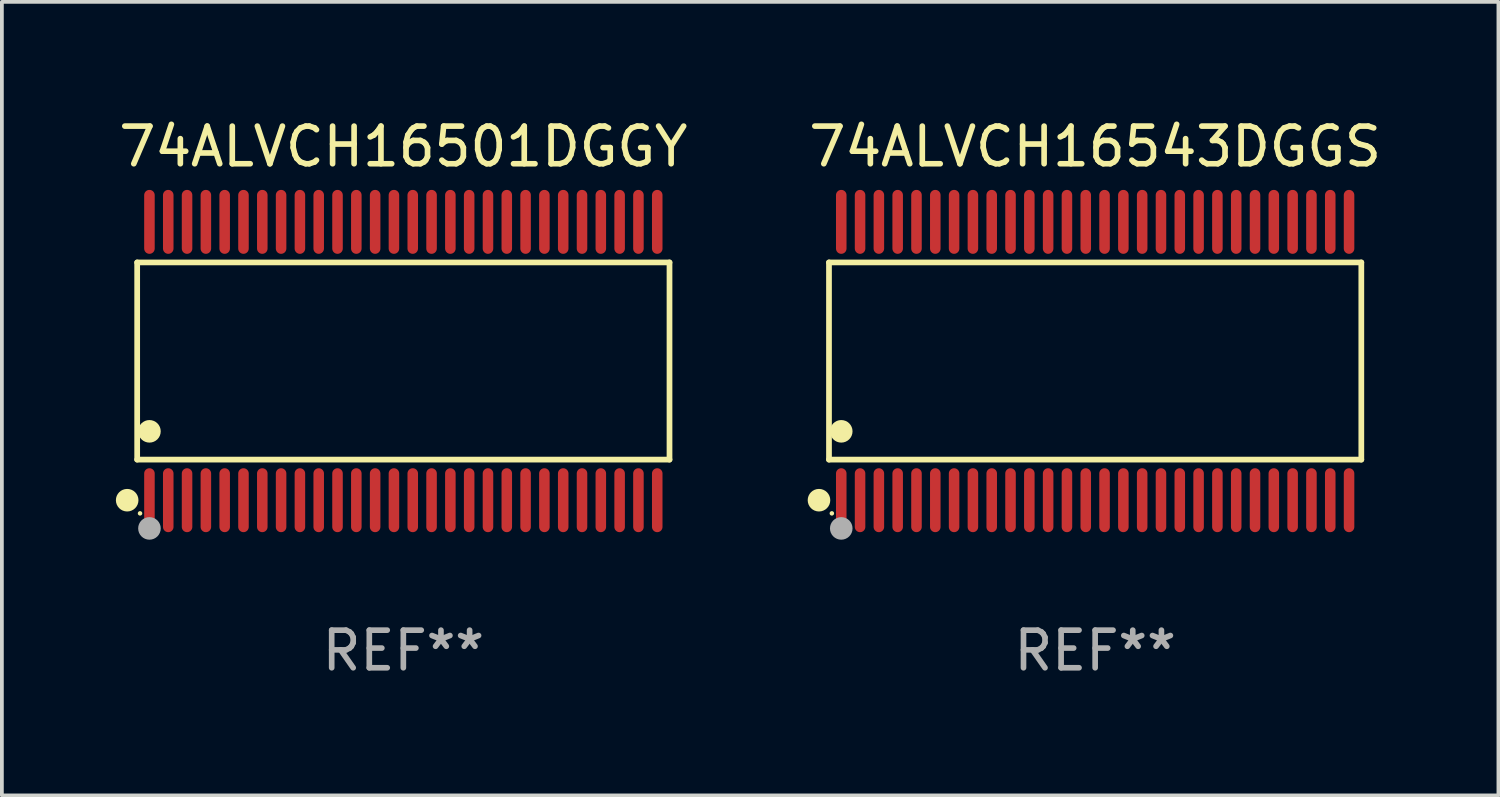
<source format=kicad_pcb>
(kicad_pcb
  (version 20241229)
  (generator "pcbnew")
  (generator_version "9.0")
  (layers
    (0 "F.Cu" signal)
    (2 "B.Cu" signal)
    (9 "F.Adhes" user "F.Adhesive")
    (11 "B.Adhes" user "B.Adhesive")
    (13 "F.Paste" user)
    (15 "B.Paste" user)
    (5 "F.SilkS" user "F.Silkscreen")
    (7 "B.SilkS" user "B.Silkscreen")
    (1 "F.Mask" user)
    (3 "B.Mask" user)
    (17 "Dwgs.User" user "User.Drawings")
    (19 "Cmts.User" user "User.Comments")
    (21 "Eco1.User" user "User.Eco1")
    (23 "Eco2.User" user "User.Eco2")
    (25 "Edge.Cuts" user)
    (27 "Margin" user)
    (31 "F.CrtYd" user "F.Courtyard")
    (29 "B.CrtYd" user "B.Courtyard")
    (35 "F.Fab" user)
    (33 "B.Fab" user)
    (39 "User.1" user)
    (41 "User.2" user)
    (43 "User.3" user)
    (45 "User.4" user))
  (footprint "74ALVCH16543DGGS"
    (layer "F.Cu")
    (at 26.065 6.548)
    (property "Reference" "74ALVCH16543DGGS" (at 0 -5.7 0) (layer "F.SilkS") (effects (font (size 1 1) (thickness 0.15))))
    (attr through_hole)
    (fp_line (start -7.076 -2.621) (end 7.076 -2.621) (stroke (width 0.152) (type solid)) (layer "F.SilkS"))
    (fp_line (start -7.076 2.621) (end -7.076 -2.621) (stroke (width 0.152) (type solid)) (layer "F.SilkS"))
    (fp_line (start 7.076 -2.621) (end 7.076 2.621) (stroke (width 0.152) (type solid)) (layer "F.SilkS"))
    (fp_line (start 7.076 2.621) (end -7.076 2.621) (stroke (width 0.152) (type solid)) (layer "F.SilkS"))
    (fp_circle (center -7.342 3.7) (end -7.192 3.7) (stroke (width 0.3) (type solid)) (fill no) (layer "F.SilkS"))
    (fp_circle (center -7 4.05) (end -6.97 4.05) (stroke (width 0.06) (type solid)) (fill no) (layer "F.SilkS"))
    (fp_circle (center -6.75 1.869) (end -6.6 1.869) (stroke (width 0.3) (type solid)) (fill no) (layer "F.SilkS"))
    (fp_circle (center -6.75 4.45) (end -6.6 4.45) (stroke (width 0.3) (type solid)) (fill no) (layer "F.Fab"))
    (fp_text user "REF**" (at 0 7.7 0) (layer "F.Fab") (effects (font (size 1 1) (thickness 0.15))))
    (pad "1" smd oval (at -6.75 3.7) (size 0.28 1.7) (layers "F.Cu" "F.Mask" "F.Paste"))
    (pad "2" smd oval (at -6.25 3.7) (size 0.28 1.7) (layers "F.Cu" "F.Mask" "F.Paste"))
    (pad "3" smd oval (at -5.75 3.7) (size 0.28 1.7) (layers "F.Cu" "F.Mask" "F.Paste"))
    (pad "4" smd oval (at -5.25 3.7) (size 0.28 1.7) (layers "F.Cu" "F.Mask" "F.Paste"))
    (pad "5" smd oval (at -4.75 3.7) (size 0.28 1.7) (layers "F.Cu" "F.Mask" "F.Paste"))
    (pad "6" smd oval (at -4.25 3.7) (size 0.28 1.7) (layers "F.Cu" "F.Mask" "F.Paste"))
    (pad "7" smd oval (at -3.75 3.7) (size 0.28 1.7) (layers "F.Cu" "F.Mask" "F.Paste"))
    (pad "8" smd oval (at -3.25 3.7) (size 0.28 1.7) (layers "F.Cu" "F.Mask" "F.Paste"))
    (pad "9" smd oval (at -2.75 3.7) (size 0.28 1.7) (layers "F.Cu" "F.Mask" "F.Paste"))
    (pad "10" smd oval (at -2.25 3.7) (size 0.28 1.7) (layers "F.Cu" "F.Mask" "F.Paste"))
    (pad "11" smd oval (at -1.75 3.7) (size 0.28 1.7) (layers "F.Cu" "F.Mask" "F.Paste"))
    (pad "12" smd oval (at -1.25 3.7) (size 0.28 1.7) (layers "F.Cu" "F.Mask" "F.Paste"))
    (pad "13" smd oval (at -0.75 3.7) (size 0.28 1.7) (layers "F.Cu" "F.Mask" "F.Paste"))
    (pad "14" smd oval (at -0.25 3.7) (size 0.28 1.7) (layers "F.Cu" "F.Mask" "F.Paste"))
    (pad "15" smd oval (at 0.25 3.7) (size 0.28 1.7) (layers "F.Cu" "F.Mask" "F.Paste"))
    (pad "16" smd oval (at 0.75 3.7) (size 0.28 1.7) (layers "F.Cu" "F.Mask" "F.Paste"))
    (pad "17" smd oval (at 1.25 3.7) (size 0.28 1.7) (layers "F.Cu" "F.Mask" "F.Paste"))
    (pad "18" smd oval (at 1.75 3.7) (size 0.28 1.7) (layers "F.Cu" "F.Mask" "F.Paste"))
    (pad "19" smd oval (at 2.25 3.7) (size 0.28 1.7) (layers "F.Cu" "F.Mask" "F.Paste"))
    (pad "20" smd oval (at 2.75 3.7) (size 0.28 1.7) (layers "F.Cu" "F.Mask" "F.Paste"))
    (pad "21" smd oval (at 3.25 3.7) (size 0.28 1.7) (layers "F.Cu" "F.Mask" "F.Paste"))
    (pad "22" smd oval (at 3.75 3.7) (size 0.28 1.7) (layers "F.Cu" "F.Mask" "F.Paste"))
    (pad "23" smd oval (at 4.25 3.7) (size 0.28 1.7) (layers "F.Cu" "F.Mask" "F.Paste"))
    (pad "24" smd oval (at 4.75 3.7) (size 0.28 1.7) (layers "F.Cu" "F.Mask" "F.Paste"))
    (pad "25" smd oval (at 5.25 3.7) (size 0.28 1.7) (layers "F.Cu" "F.Mask" "F.Paste"))
    (pad "26" smd oval (at 5.75 3.7) (size 0.28 1.7) (layers "F.Cu" "F.Mask" "F.Paste"))
    (pad "27" smd oval (at 6.25 3.7) (size 0.28 1.7) (layers "F.Cu" "F.Mask" "F.Paste"))
    (pad "28" smd oval (at 6.75 3.7) (size 0.28 1.7) (layers "F.Cu" "F.Mask" "F.Paste"))
    (pad "29" smd oval (at 6.75 -3.7) (size 0.28 1.7) (layers "F.Cu" "F.Mask" "F.Paste"))
    (pad "30" smd oval (at 6.25 -3.7) (size 0.28 1.7) (layers "F.Cu" "F.Mask" "F.Paste"))
    (pad "31" smd oval (at 5.75 -3.7) (size 0.28 1.7) (layers "F.Cu" "F.Mask" "F.Paste"))
    (pad "32" smd oval (at 5.25 -3.7) (size 0.28 1.7) (layers "F.Cu" "F.Mask" "F.Paste"))
    (pad "33" smd oval (at 4.75 -3.7) (size 0.28 1.7) (layers "F.Cu" "F.Mask" "F.Paste"))
    (pad "34" smd oval (at 4.25 -3.7) (size 0.28 1.7) (layers "F.Cu" "F.Mask" "F.Paste"))
    (pad "35" smd oval (at 3.75 -3.7) (size 0.28 1.7) (layers "F.Cu" "F.Mask" "F.Paste"))
    (pad "36" smd oval (at 3.25 -3.7) (size 0.28 1.7) (layers "F.Cu" "F.Mask" "F.Paste"))
    (pad "37" smd oval (at 2.75 -3.7) (size 0.28 1.7) (layers "F.Cu" "F.Mask" "F.Paste"))
    (pad "38" smd oval (at 2.25 -3.7) (size 0.28 1.7) (layers "F.Cu" "F.Mask" "F.Paste"))
    (pad "39" smd oval (at 1.75 -3.7) (size 0.28 1.7) (layers "F.Cu" "F.Mask" "F.Paste"))
    (pad "40" smd oval (at 1.25 -3.7) (size 0.28 1.7) (layers "F.Cu" "F.Mask" "F.Paste"))
    (pad "41" smd oval (at 0.75 -3.7) (size 0.28 1.7) (layers "F.Cu" "F.Mask" "F.Paste"))
    (pad "42" smd oval (at 0.25 -3.7) (size 0.28 1.7) (layers "F.Cu" "F.Mask" "F.Paste"))
    (pad "43" smd oval (at -0.25 -3.7) (size 0.28 1.7) (layers "F.Cu" "F.Mask" "F.Paste"))
    (pad "44" smd oval (at -0.75 -3.7) (size 0.28 1.7) (layers "F.Cu" "F.Mask" "F.Paste"))
    (pad "45" smd oval (at -1.25 -3.7) (size 0.28 1.7) (layers "F.Cu" "F.Mask" "F.Paste"))
    (pad "46" smd oval (at -1.75 -3.7) (size 0.28 1.7) (layers "F.Cu" "F.Mask" "F.Paste"))
    (pad "47" smd oval (at -2.25 -3.7) (size 0.28 1.7) (layers "F.Cu" "F.Mask" "F.Paste"))
    (pad "48" smd oval (at -2.75 -3.7) (size 0.28 1.7) (layers "F.Cu" "F.Mask" "F.Paste"))
    (pad "49" smd oval (at -3.25 -3.7) (size 0.28 1.7) (layers "F.Cu" "F.Mask" "F.Paste"))
    (pad "50" smd oval (at -3.75 -3.7) (size 0.28 1.7) (layers "F.Cu" "F.Mask" "F.Paste"))
    (pad "51" smd oval (at -4.25 -3.7) (size 0.28 1.7) (layers "F.Cu" "F.Mask" "F.Paste"))
    (pad "52" smd oval (at -4.75 -3.7) (size 0.28 1.7) (layers "F.Cu" "F.Mask" "F.Paste"))
    (pad "53" smd oval (at -5.25 -3.7) (size 0.28 1.7) (layers "F.Cu" "F.Mask" "F.Paste"))
    (pad "54" smd oval (at -5.75 -3.7) (size 0.28 1.7) (layers "F.Cu" "F.Mask" "F.Paste"))
    (pad "55" smd oval (at -6.25 -3.7) (size 0.28 1.7) (layers "F.Cu" "F.Mask" "F.Paste"))
    (pad "56" smd oval (at -6.75 -3.7) (size 0.28 1.7) (layers "F.Cu" "F.Mask" "F.Paste")))
  (footprint "74ALVCH16501DGGY"
    (layer "F.Cu")
    (at 7.673 6.548)
    (property "Reference" "74ALVCH16501DGGY" (at 0 -5.7 0) (layer "F.SilkS") (effects (font (size 1 1) (thickness 0.15))))
    (attr through_hole)
    (fp_line (start -7.076 -2.621) (end 7.076 -2.621) (stroke (width 0.152) (type solid)) (layer "F.SilkS"))
    (fp_line (start -7.076 2.621) (end -7.076 -2.621) (stroke (width 0.152) (type solid)) (layer "F.SilkS"))
    (fp_line (start 7.076 -2.621) (end 7.076 2.621) (stroke (width 0.152) (type solid)) (layer "F.SilkS"))
    (fp_line (start 7.076 2.621) (end -7.076 2.621) (stroke (width 0.152) (type solid)) (layer "F.SilkS"))
    (fp_circle (center -7.342 3.7) (end -7.192 3.7) (stroke (width 0.3) (type solid)) (fill no) (layer "F.SilkS"))
    (fp_circle (center -7 4.05) (end -6.97 4.05) (stroke (width 0.06) (type solid)) (fill no) (layer "F.SilkS"))
    (fp_circle (center -6.75 1.869) (end -6.6 1.869) (stroke (width 0.3) (type solid)) (fill no) (layer "F.SilkS"))
    (fp_circle (center -6.75 4.45) (end -6.6 4.45) (stroke (width 0.3) (type solid)) (fill no) (layer "F.Fab"))
    (fp_text user "REF**" (at 0 7.7 0) (layer "F.Fab") (effects (font (size 1 1) (thickness 0.15))))
    (pad "1" smd oval (at -6.75 3.7) (size 0.28 1.7) (layers "F.Cu" "F.Mask" "F.Paste"))
    (pad "2" smd oval (at -6.25 3.7) (size 0.28 1.7) (layers "F.Cu" "F.Mask" "F.Paste"))
    (pad "3" smd oval (at -5.75 3.7) (size 0.28 1.7) (layers "F.Cu" "F.Mask" "F.Paste"))
    (pad "4" smd oval (at -5.25 3.7) (size 0.28 1.7) (layers "F.Cu" "F.Mask" "F.Paste"))
    (pad "5" smd oval (at -4.75 3.7) (size 0.28 1.7) (layers "F.Cu" "F.Mask" "F.Paste"))
    (pad "6" smd oval (at -4.25 3.7) (size 0.28 1.7) (layers "F.Cu" "F.Mask" "F.Paste"))
    (pad "7" smd oval (at -3.75 3.7) (size 0.28 1.7) (layers "F.Cu" "F.Mask" "F.Paste"))
    (pad "8" smd oval (at -3.25 3.7) (size 0.28 1.7) (layers "F.Cu" "F.Mask" "F.Paste"))
    (pad "9" smd oval (at -2.75 3.7) (size 0.28 1.7) (layers "F.Cu" "F.Mask" "F.Paste"))
    (pad "10" smd oval (at -2.25 3.7) (size 0.28 1.7) (layers "F.Cu" "F.Mask" "F.Paste"))
    (pad "11" smd oval (at -1.75 3.7) (size 0.28 1.7) (layers "F.Cu" "F.Mask" "F.Paste"))
    (pad "12" smd oval (at -1.25 3.7) (size 0.28 1.7) (layers "F.Cu" "F.Mask" "F.Paste"))
    (pad "13" smd oval (at -0.75 3.7) (size 0.28 1.7) (layers "F.Cu" "F.Mask" "F.Paste"))
    (pad "14" smd oval (at -0.25 3.7) (size 0.28 1.7) (layers "F.Cu" "F.Mask" "F.Paste"))
    (pad "15" smd oval (at 0.25 3.7) (size 0.28 1.7) (layers "F.Cu" "F.Mask" "F.Paste"))
    (pad "16" smd oval (at 0.75 3.7) (size 0.28 1.7) (layers "F.Cu" "F.Mask" "F.Paste"))
    (pad "17" smd oval (at 1.25 3.7) (size 0.28 1.7) (layers "F.Cu" "F.Mask" "F.Paste"))
    (pad "18" smd oval (at 1.75 3.7) (size 0.28 1.7) (layers "F.Cu" "F.Mask" "F.Paste"))
    (pad "19" smd oval (at 2.25 3.7) (size 0.28 1.7) (layers "F.Cu" "F.Mask" "F.Paste"))
    (pad "20" smd oval (at 2.75 3.7) (size 0.28 1.7) (layers "F.Cu" "F.Mask" "F.Paste"))
    (pad "21" smd oval (at 3.25 3.7) (size 0.28 1.7) (layers "F.Cu" "F.Mask" "F.Paste"))
    (pad "22" smd oval (at 3.75 3.7) (size 0.28 1.7) (layers "F.Cu" "F.Mask" "F.Paste"))
    (pad "23" smd oval (at 4.25 3.7) (size 0.28 1.7) (layers "F.Cu" "F.Mask" "F.Paste"))
    (pad "24" smd oval (at 4.75 3.7) (size 0.28 1.7) (layers "F.Cu" "F.Mask" "F.Paste"))
    (pad "25" smd oval (at 5.25 3.7) (size 0.28 1.7) (layers "F.Cu" "F.Mask" "F.Paste"))
    (pad "26" smd oval (at 5.75 3.7) (size 0.28 1.7) (layers "F.Cu" "F.Mask" "F.Paste"))
    (pad "27" smd oval (at 6.25 3.7) (size 0.28 1.7) (layers "F.Cu" "F.Mask" "F.Paste"))
    (pad "28" smd oval (at 6.75 3.7) (size 0.28 1.7) (layers "F.Cu" "F.Mask" "F.Paste"))
    (pad "29" smd oval (at 6.75 -3.7) (size 0.28 1.7) (layers "F.Cu" "F.Mask" "F.Paste"))
    (pad "30" smd oval (at 6.25 -3.7) (size 0.28 1.7) (layers "F.Cu" "F.Mask" "F.Paste"))
    (pad "31" smd oval (at 5.75 -3.7) (size 0.28 1.7) (layers "F.Cu" "F.Mask" "F.Paste"))
    (pad "32" smd oval (at 5.25 -3.7) (size 0.28 1.7) (layers "F.Cu" "F.Mask" "F.Paste"))
    (pad "33" smd oval (at 4.75 -3.7) (size 0.28 1.7) (layers "F.Cu" "F.Mask" "F.Paste"))
    (pad "34" smd oval (at 4.25 -3.7) (size 0.28 1.7) (layers "F.Cu" "F.Mask" "F.Paste"))
    (pad "35" smd oval (at 3.75 -3.7) (size 0.28 1.7) (layers "F.Cu" "F.Mask" "F.Paste"))
    (pad "36" smd oval (at 3.25 -3.7) (size 0.28 1.7) (layers "F.Cu" "F.Mask" "F.Paste"))
    (pad "37" smd oval (at 2.75 -3.7) (size 0.28 1.7) (layers "F.Cu" "F.Mask" "F.Paste"))
    (pad "38" smd oval (at 2.25 -3.7) (size 0.28 1.7) (layers "F.Cu" "F.Mask" "F.Paste"))
    (pad "39" smd oval (at 1.75 -3.7) (size 0.28 1.7) (layers "F.Cu" "F.Mask" "F.Paste"))
    (pad "40" smd oval (at 1.25 -3.7) (size 0.28 1.7) (layers "F.Cu" "F.Mask" "F.Paste"))
    (pad "41" smd oval (at 0.75 -3.7) (size 0.28 1.7) (layers "F.Cu" "F.Mask" "F.Paste"))
    (pad "42" smd oval (at 0.25 -3.7) (size 0.28 1.7) (layers "F.Cu" "F.Mask" "F.Paste"))
    (pad "43" smd oval (at -0.25 -3.7) (size 0.28 1.7) (layers "F.Cu" "F.Mask" "F.Paste"))
    (pad "44" smd oval (at -0.75 -3.7) (size 0.28 1.7) (layers "F.Cu" "F.Mask" "F.Paste"))
    (pad "45" smd oval (at -1.25 -3.7) (size 0.28 1.7) (layers "F.Cu" "F.Mask" "F.Paste"))
    (pad "46" smd oval (at -1.75 -3.7) (size 0.28 1.7) (layers "F.Cu" "F.Mask" "F.Paste"))
    (pad "47" smd oval (at -2.25 -3.7) (size 0.28 1.7) (layers "F.Cu" "F.Mask" "F.Paste"))
    (pad "48" smd oval (at -2.75 -3.7) (size 0.28 1.7) (layers "F.Cu" "F.Mask" "F.Paste"))
    (pad "49" smd oval (at -3.25 -3.7) (size 0.28 1.7) (layers "F.Cu" "F.Mask" "F.Paste"))
    (pad "50" smd oval (at -3.75 -3.7) (size 0.28 1.7) (layers "F.Cu" "F.Mask" "F.Paste"))
    (pad "51" smd oval (at -4.25 -3.7) (size 0.28 1.7) (layers "F.Cu" "F.Mask" "F.Paste"))
    (pad "52" smd oval (at -4.75 -3.7) (size 0.28 1.7) (layers "F.Cu" "F.Mask" "F.Paste"))
    (pad "53" smd oval (at -5.25 -3.7) (size 0.28 1.7) (layers "F.Cu" "F.Mask" "F.Paste"))
    (pad "54" smd oval (at -5.75 -3.7) (size 0.28 1.7) (layers "F.Cu" "F.Mask" "F.Paste"))
    (pad "55" smd oval (at -6.25 -3.7) (size 0.28 1.7) (layers "F.Cu" "F.Mask" "F.Paste"))
    (pad "56" smd oval (at -6.75 -3.7) (size 0.28 1.7) (layers "F.Cu" "F.Mask" "F.Paste")))
  (gr_rect
    (start -3 -3)
    (end 36.786 18.097)
    (stroke (width 0.1) (type default))
    (fill no)
    (layer "Edge.Cuts")))
</source>
